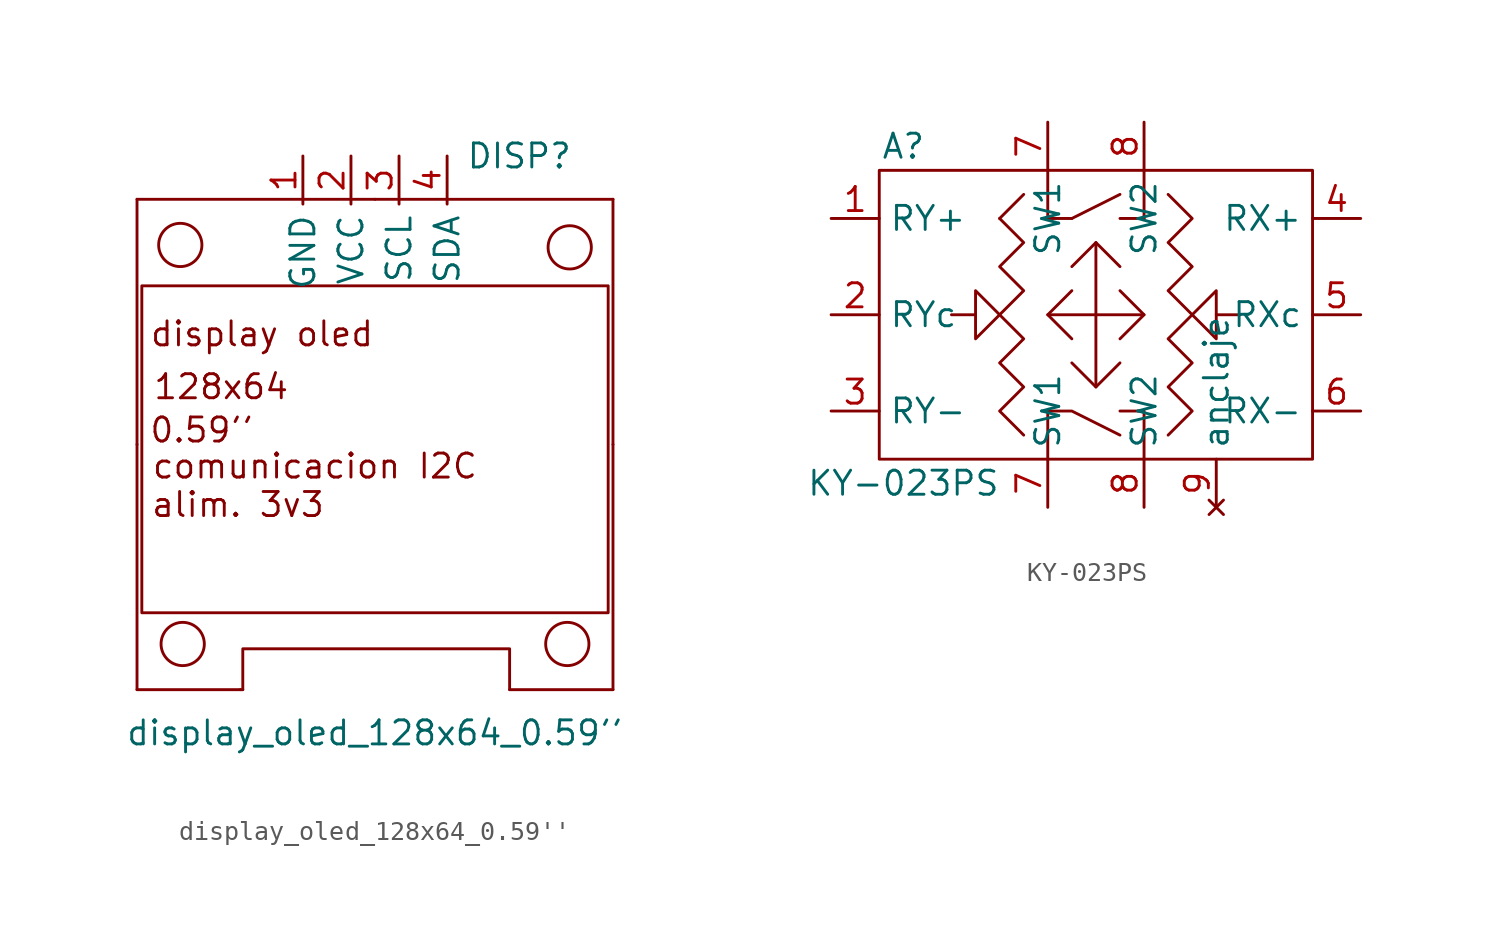
<source format=kicad_sym>
(kicad_symbol_lib
  (version 20211014)
  (generator kicad_symbol_editor)
  (symbol "display_oled_128x64_0.59''"
    (property "Reference" "DISP"
      (at 7.62 15.24 0)
      (effects (font (size 1.27 1.27))))
    (property "Value" "display_oled_128x64_0.59''"
      (at 0 -15.24 0)
      (effects (font (size 1.27 1.27))))
    (symbol "display_oled_128x64_0.59''_0_0"
      (text "0.59''" (at -9.144 0.762 0) (effects (font (size 1.27 1.27))))
      (text "128x64" (at -8.128 3.048 0) (effects (font (size 1.27 1.27))))
      (text "alim. 3v3" (at -7.239 -3.175 0) (effects (font (size 1.27 1.27))))
      (text "comunicacion I2C" (at -3.175 -1.143 0) (effects (font (size 1.27 1.27))))
      (text "display oled" (at -5.969 5.842 0) (effects (font (size 1.27 1.27)))))
    (symbol "display_oled_128x64_0.59''_0_1"
      (rectangle (start -12.319 8.382) (end 12.319 -8.89) (stroke (width 0) (type default) (color 0 0 0 0)) (fill (type none)))
      (circle (center -10.287 10.541) (radius 1.143) (stroke (width 0) (type default) (color 0 0 0 0)) (fill (type none)))
      (circle (center -10.16 -10.541) (radius 1.143) (stroke (width 0) (type default) (color 0 0 0 0)) (fill (type none)))
      (polyline (pts (xy -7.112 -12.954) (xy -6.985 -12.954)) (stroke (width 0) (type default) (color 0 0 0 0)) (fill (type none)))
      (polyline (pts (xy 0 12.954) (xy -12.573 12.954)) (stroke (width 0) (type default) (color 0 0 0 0)) (fill (type none)))
      (polyline (pts (xy 12.573 12.954) (xy 0 12.954)) (stroke (width 0) (type default) (color 0 0 0 0)) (fill (type none)))
      (polyline (pts (xy -12.573 -12.954) (xy -12.573 0) (xy -12.573 -0.127)) (stroke (width 0) (type default) (color 0 0 0 0)) (fill (type none)))
      (polyline (pts (xy -12.573 -12.954) (xy -7.112 -12.954) (xy -7.366 -12.954)) (stroke (width 0) (type default) (color 0 0 0 0)) (fill (type none)))
      (polyline (pts (xy -12.573 0) (xy -12.573 12.954) (xy -12.573 12.827)) (stroke (width 0) (type default) (color 0 0 0 0)) (fill (type none)))
      (polyline (pts (xy 12.573 -12.954) (xy 7.112 -12.954) (xy 7.366 -12.954)) (stroke (width 0) (type default) (color 0 0 0 0)) (fill (type none)))
      (polyline (pts (xy 12.573 -12.954) (xy 12.573 0) (xy 12.573 -0.127)) (stroke (width 0) (type default) (color 0 0 0 0)) (fill (type none)))
      (polyline (pts (xy 12.573 0) (xy 12.573 12.954) (xy 12.573 12.827)) (stroke (width 0) (type default) (color 0 0 0 0)) (fill (type none)))
      (polyline (pts (xy 7.112 -12.954) (xy 7.112 -10.795) (xy -6.985 -10.795) (xy -6.985 -12.954) (xy -6.985 -12.573)) (stroke (width 0) (type default) (color 0 0 0 0)) (fill (type none)))
      (circle (center 10.16 -10.541) (radius 1.143) (stroke (width 0) (type default) (color 0 0 0 0)) (fill (type none)))
      (circle (center 10.287 10.414) (radius 1.143) (stroke (width 0) (type default) (color 0 0 0 0)) (fill (type none))))
    (symbol "display_oled_128x64_0.59''_1_1"
      (pin input line (at -3.81 15.24 270) (length 2.54) (name "GND" (effects (font (size 1.27 1.27)))) (number "1" (effects (font (size 1.27 1.27)))))
      (pin input line (at -1.27 15.24 270) (length 2.54) (name "VCC" (effects (font (size 1.27 1.27)))) (number "2" (effects (font (size 1.27 1.27)))))
      (pin input line (at 1.27 15.24 270) (length 2.54) (name "SCL" (effects (font (size 1.27 1.27)))) (number "3" (effects (font (size 1.27 1.27)))))
      (pin input line (at 3.81 15.24 270) (length 2.54) (name "SDA" (effects (font (size 1.27 1.27)))) (number "4" (effects (font (size 1.27 1.27)))))))
  (symbol "KY-023PS"
    (property "Reference" "A"
      (at -10.16 8.89 0)
      (effects (font (size 1.27 1.27))))
    (property "Value" "KY-023PS"
      (at -10.16 -8.89 0)
      (effects (font (size 1.27 1.27))))
    (symbol "KY-023PS_0_1"
      (rectangle (start -11.43 7.62) (end 11.43 -7.62) (stroke (width 0) (type default) (color 0 0 0 0)) (fill (type none)))
      (polyline (pts (xy -6.35 0) (xy -7.62 0)) (stroke (width 0) (type default) (color 0 0 0 0)) (fill (type none)))
      (polyline (pts (xy -5.08 5.08) (xy -3.81 6.35)) (stroke (width 0) (type default) (color 0 0 0 0)) (fill (type none)))
      (polyline (pts (xy -2.54 0) (xy 2.54 0)) (stroke (width 0) (type default) (color 0 0 0 0)) (fill (type none)))
      (polyline (pts (xy -2.54 5.08) (xy -2.54 7.62)) (stroke (width 0) (type default) (color 0 0 0 0)) (fill (type none)))
      (polyline (pts (xy -1.27 5.08) (xy -2.54 5.08)) (stroke (width 0) (type default) (color 0 0 0 0)) (fill (type none)))
      (polyline (pts (xy -1.27 5.08) (xy 1.27 6.35)) (stroke (width 0) (type default) (color 0 0 0 0)) (fill (type none)))
      (polyline (pts (xy 0 3.81) (xy 0 -3.81)) (stroke (width 0) (type default) (color 0 0 0 0)) (fill (type none)))
      (polyline (pts (xy 1.27 5.08) (xy 2.54 5.08)) (stroke (width 0) (type default) (color 0 0 0 0)) (fill (type none)))
      (polyline (pts (xy 2.54 5.08) (xy 2.54 7.62)) (stroke (width 0) (type default) (color 0 0 0 0)) (fill (type none)))
      (polyline (pts (xy 6.35 0) (xy 7.62 0)) (stroke (width 0) (type default) (color 0 0 0 0)) (fill (type none)))
      (polyline (pts (xy -1.27 -2.54) (xy 0 -3.81) (xy 1.27 -2.54)) (stroke (width 0) (type default) (color 0 0 0 0)) (fill (type none)))
      (polyline (pts (xy -1.27 2.54) (xy 0 3.81) (xy 1.27 2.54)) (stroke (width 0) (type default) (color 0 0 0 0)) (fill (type none)))
      (polyline (pts (xy 1.27 -5.08) (xy 2.54 -5.08) (xy 2.54 -7.62)) (stroke (width 0) (type default) (color 0 0 0 0)) (fill (type none)))
      (polyline (pts (xy -5.08 0) (xy -6.35 1.27) (xy -6.35 -1.27) (xy -5.08 0)) (stroke (width 0) (type default) (color 0 0 0 0)) (fill (type none)))
      (polyline (pts (xy -2.54 -7.62) (xy -2.54 -5.08) (xy -1.27 -5.08) (xy 1.27 -6.35)) (stroke (width 0) (type default) (color 0 0 0 0)) (fill (type none)))
      (polyline (pts (xy -2.54 0) (xy -1.27 1.27) (xy -2.54 0) (xy -1.27 -1.27)) (stroke (width 0) (type default) (color 0 0 0 0)) (fill (type none)))
      (polyline (pts (xy 2.54 0) (xy 1.27 1.27) (xy 2.54 0) (xy 1.27 -1.27)) (stroke (width 0) (type default) (color 0 0 0 0)) (fill (type none)))
      (polyline (pts (xy 5.08 0) (xy 6.35 1.27) (xy 6.35 -1.27) (xy 5.08 0)) (stroke (width 0) (type default) (color 0 0 0 0)) (fill (type none)))
      (polyline (pts (xy -5.08 0) (xy -3.81 1.27) (xy -5.08 2.54) (xy -3.81 3.81) (xy -5.08 5.08)) (stroke (width 0) (type default) (color 0 0 0 0)) (fill (type none)))
      (polyline (pts (xy -5.08 0) (xy -3.81 -1.27) (xy -5.08 -2.54) (xy -3.81 -3.81) (xy -5.08 -5.08) (xy -3.81 -6.35)) (stroke (width 0) (type default) (color 0 0 0 0)) (fill (type none)))
      (polyline (pts (xy 5.08 0) (xy 3.81 -1.27) (xy 5.08 -2.54) (xy 3.81 -3.81) (xy 5.08 -5.08) (xy 3.81 -6.35)) (stroke (width 0) (type default) (color 0 0 0 0)) (fill (type none)))
      (polyline (pts (xy 5.08 0) (xy 3.81 1.27) (xy 5.08 2.54) (xy 3.81 3.81) (xy 5.08 5.08) (xy 3.81 6.35)) (stroke (width 0) (type default) (color 0 0 0 0)) (fill (type none))))
    (symbol "KY-023PS_1_1"
      (pin bidirectional line (at -13.97 5.08 0) (length 2.54) (name "RY+" (effects (font (size 1.27 1.27)))) (number "1" (effects (font (size 1.27 1.27)))))
      (pin bidirectional line (at -13.97 0 0) (length 2.54) (name "RYc" (effects (font (size 1.27 1.27)))) (number "2" (effects (font (size 1.27 1.27)))))
      (pin bidirectional line (at -13.97 -5.08 0) (length 2.54) (name "RY-" (effects (font (size 1.27 1.27)))) (number "3" (effects (font (size 1.27 1.27)))))
      (pin bidirectional line (at 13.97 5.08 180) (length 2.54) (name "RX+" (effects (font (size 1.27 1.27)))) (number "4" (effects (font (size 1.27 1.27)))))
      (pin bidirectional line (at 13.97 0 180) (length 2.54) (name "RXc" (effects (font (size 1.27 1.27)))) (number "5" (effects (font (size 1.27 1.27)))))
      (pin bidirectional line (at 13.97 -5.08 180) (length 2.54) (name "RX-" (effects (font (size 1.27 1.27)))) (number "6" (effects (font (size 1.27 1.27)))))
      (pin bidirectional line (at -2.54 -10.16 90) (length 2.54) (name "SW1" (effects (font (size 1.27 1.27)))) (number "7" (effects (font (size 1.27 1.27)))))
      (pin bidirectional line (at -2.54 10.16 270) (length 2.54) (name "SW1" (effects (font (size 1.27 1.27)))) (number "7" (effects (font (size 1.27 1.27)))))
      (pin bidirectional line (at 2.54 -10.16 90) (length 2.54) (name "SW2" (effects (font (size 1.27 1.27)))) (number "8" (effects (font (size 1.27 1.27)))))
      (pin bidirectional line (at 2.54 10.16 270) (length 2.54) (name "SW2" (effects (font (size 1.27 1.27)))) (number "8" (effects (font (size 1.27 1.27)))))
      (pin no_connect line (at 6.35 -10.16 90) (length 2.54) (name "anclaje" (effects (font (size 1.27 1.27)))) (number "9" (effects (font (size 1.27 1.27))))))))
</source>
